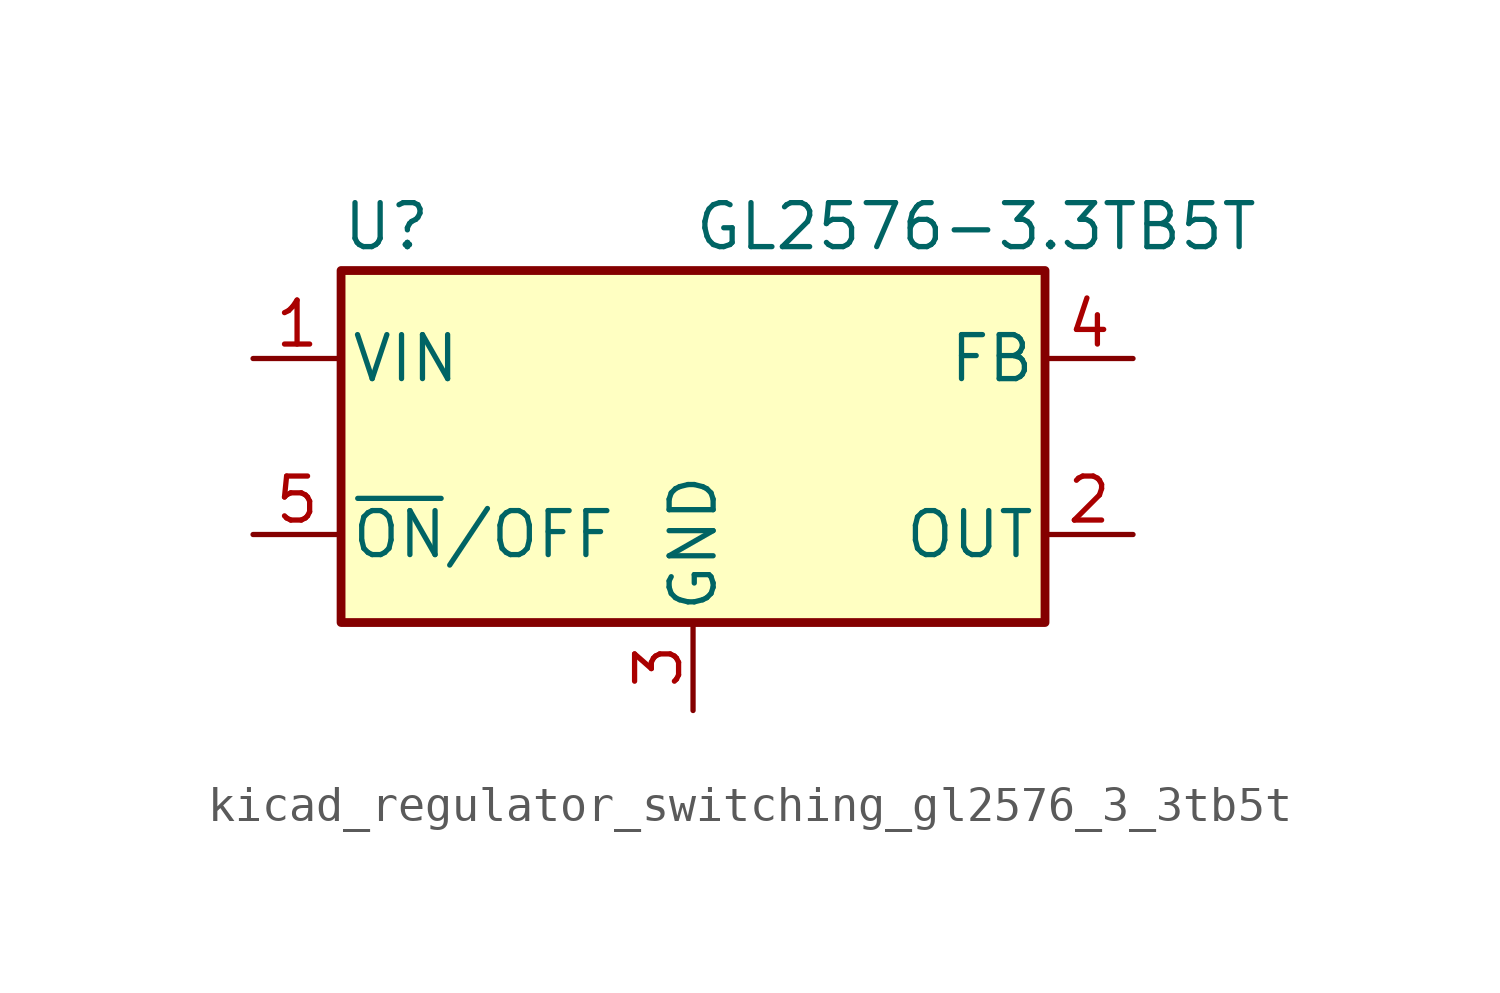
<source format=kicad_sym>
(kicad_symbol_lib
  (version 20220914)
  (generator kicad_symbol_editor)
  (symbol "kicad_regulator_switching_gl2576_3_3tb5t"
    (pin_names
      (offset 0.254))
    (property "Reference" "U"
      (at -10.16 6.35 0)
      (effects (font (size 1.27 1.27)) (justify left)))
    (property "Value" "GL2576-3.3TB5T"
      (at 0 6.35 0)
      (effects (font (size 1.27 1.27)) (justify left)))
    (symbol "kicad_regulator_switching_gl2576_3_3tb5t_0_1"
      (rectangle (start -10.16 5.08) (end 10.16 -5.08) (stroke (width 0.254) (type default)) (fill (type background))))
    (symbol "kicad_regulator_switching_gl2576_3_3tb5t_1_1"
      (pin power_in line (at -12.7 2.54 0) (length 2.54) (name "VIN" (effects (font (size 1.27 1.27)))) (number "1" (effects (font (size 1.27 1.27)))))
      (pin output line (at 12.7 -2.54 180) (length 2.54) (name "OUT" (effects (font (size 1.27 1.27)))) (number "2" (effects (font (size 1.27 1.27)))))
      (pin power_in line (at 0 -7.62 90) (length 2.54) (name "GND" (effects (font (size 1.27 1.27)))) (number "3" (effects (font (size 1.27 1.27)))))
      (pin input line (at 12.7 2.54 180) (length 2.54) (name "FB" (effects (font (size 1.27 1.27)))) (number "4" (effects (font (size 1.27 1.27)))))
      (pin input line (at -12.7 -2.54 0) (length 2.54) (name "~{ON}/OFF" (effects (font (size 1.27 1.27)))) (number "5" (effects (font (size 1.27 1.27))))))))
</source>
